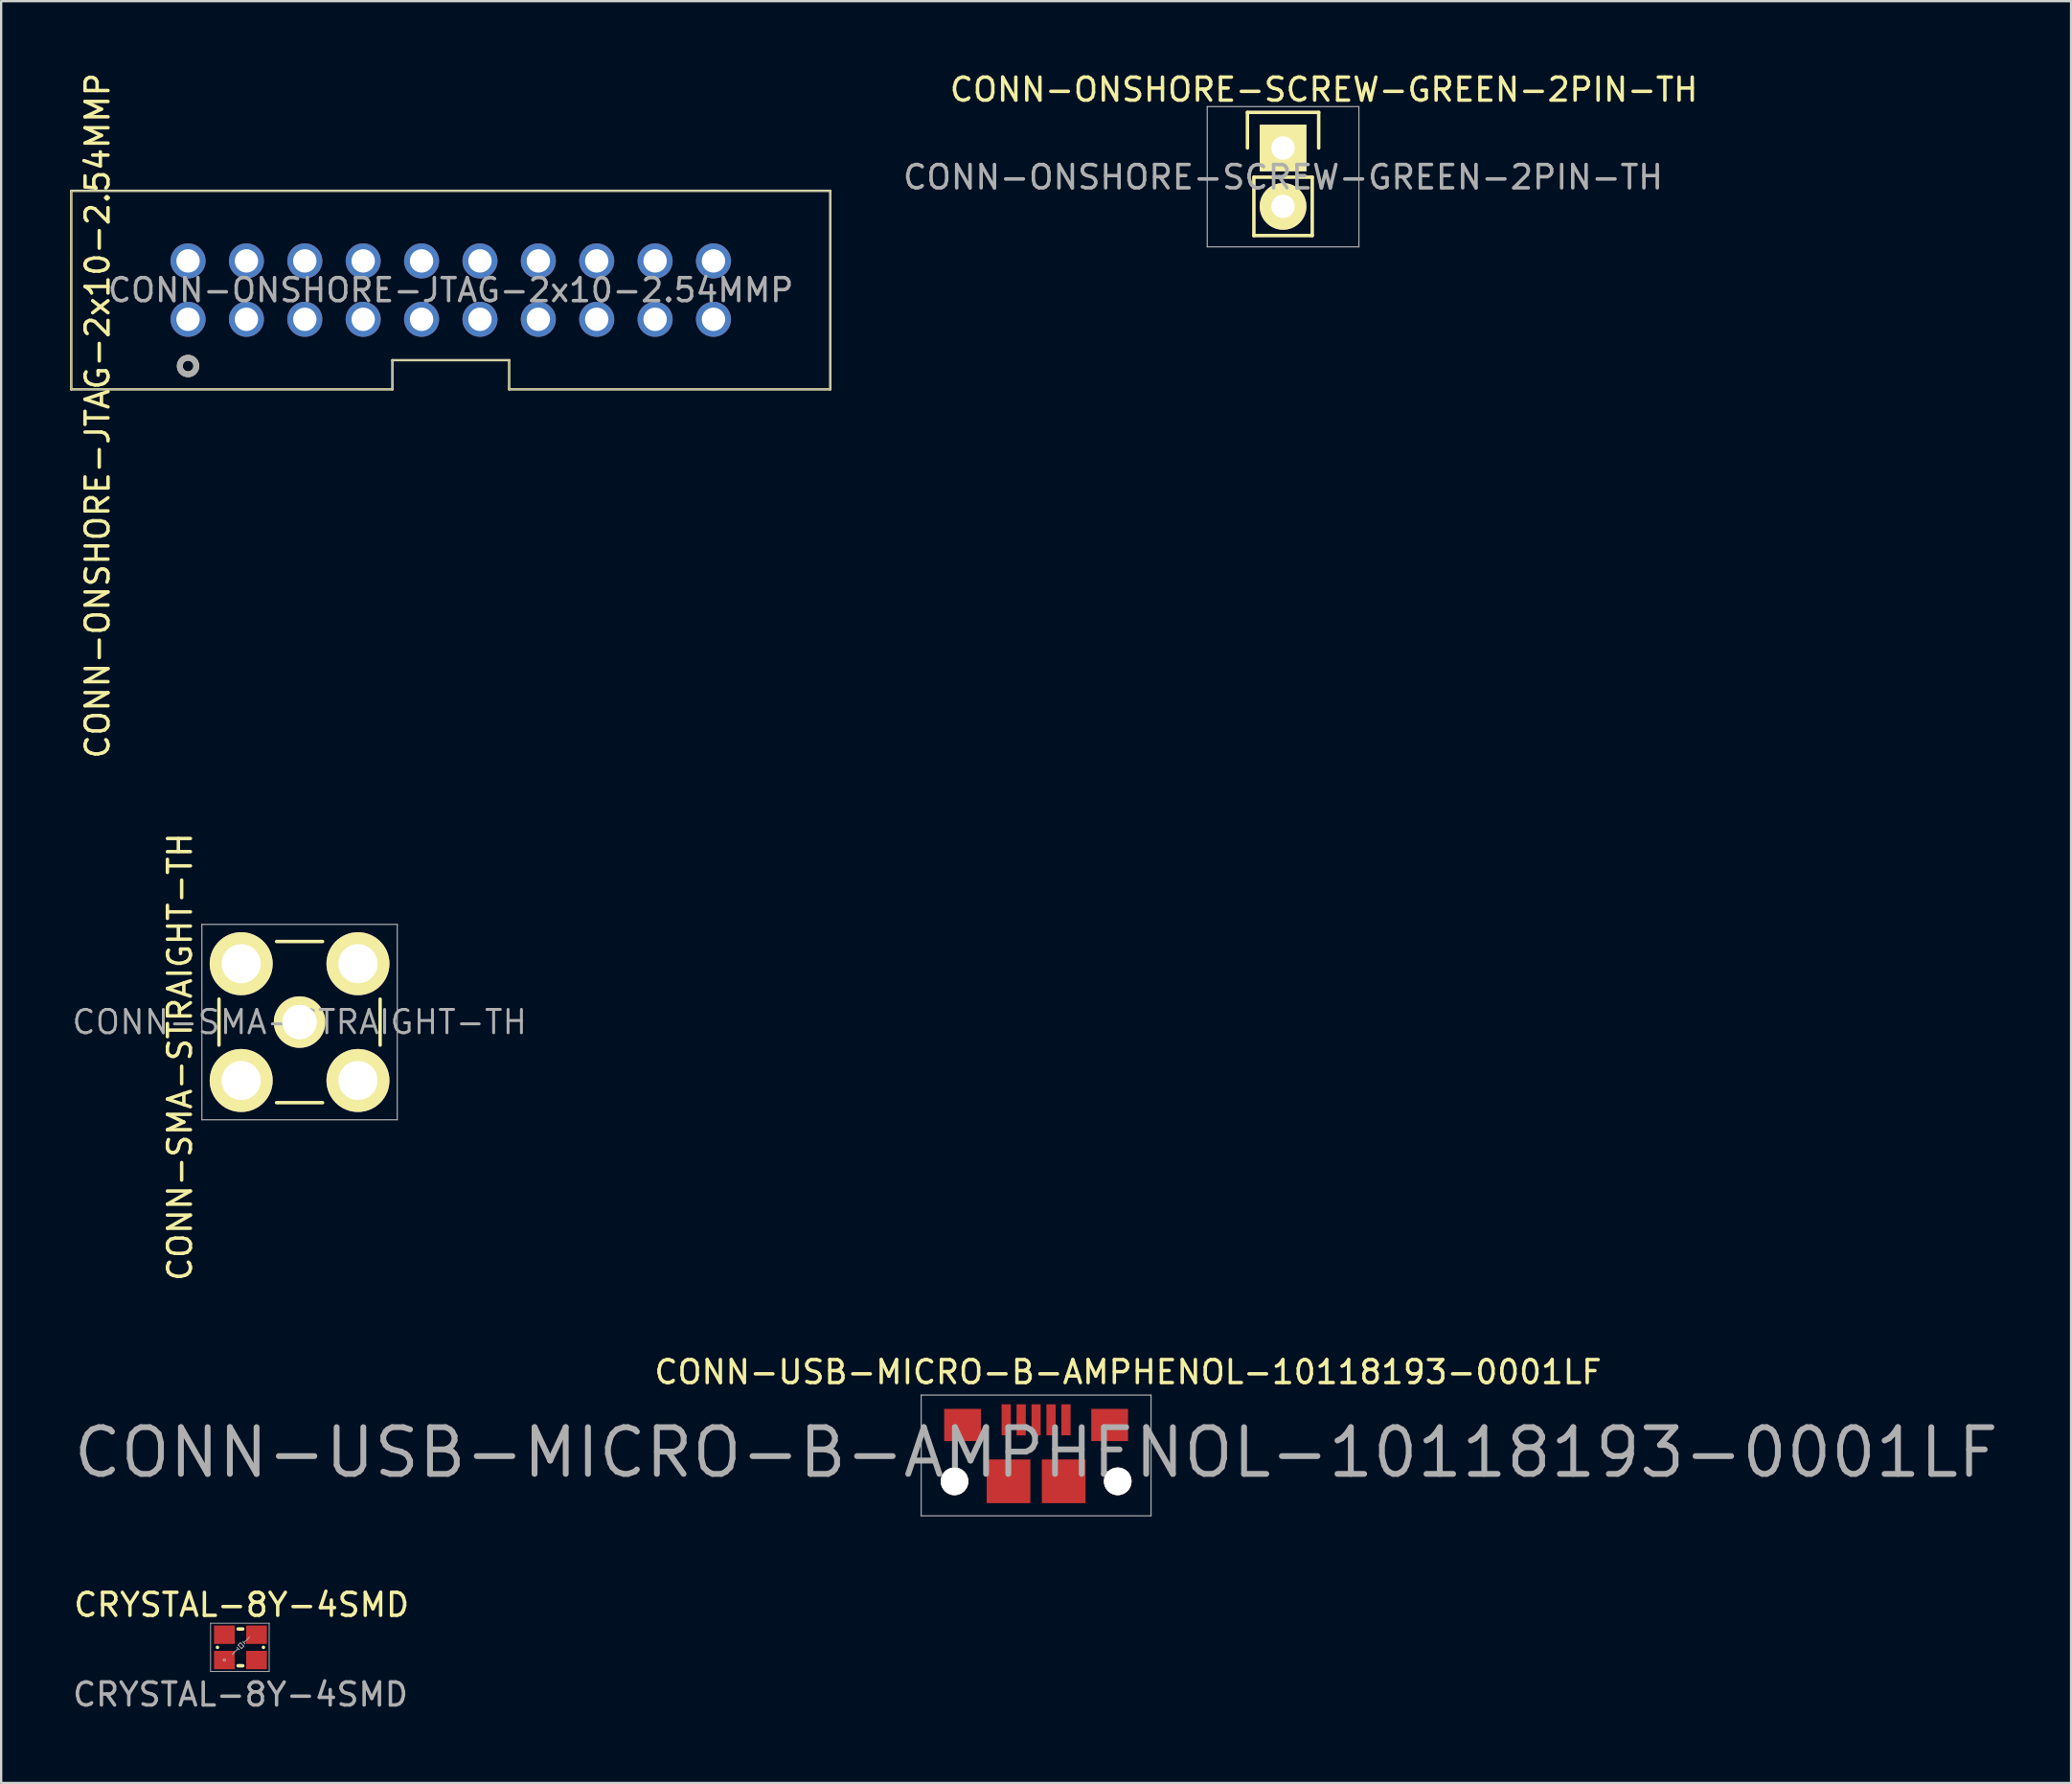
<source format=kicad_pcb>
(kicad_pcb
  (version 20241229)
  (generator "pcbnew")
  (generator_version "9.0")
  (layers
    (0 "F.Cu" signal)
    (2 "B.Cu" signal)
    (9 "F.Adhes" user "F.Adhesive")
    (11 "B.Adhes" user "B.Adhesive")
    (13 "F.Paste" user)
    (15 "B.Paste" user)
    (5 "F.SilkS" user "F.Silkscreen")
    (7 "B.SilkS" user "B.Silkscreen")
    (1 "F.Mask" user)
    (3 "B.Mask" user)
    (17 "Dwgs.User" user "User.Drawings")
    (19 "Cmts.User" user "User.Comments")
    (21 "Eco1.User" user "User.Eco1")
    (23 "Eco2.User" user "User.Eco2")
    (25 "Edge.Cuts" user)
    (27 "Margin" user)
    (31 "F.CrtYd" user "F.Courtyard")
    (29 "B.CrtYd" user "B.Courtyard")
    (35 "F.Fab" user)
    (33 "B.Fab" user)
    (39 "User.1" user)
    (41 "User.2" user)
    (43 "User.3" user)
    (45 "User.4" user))
  (footprint "CRYSTAL-8Y-4SMD"
    (layer "F.Cu")
    (at 7.411 68.607)
    (property "Reference" "CRYSTAL-8Y-4SMD" (at 0 2.05 0) (layer "F.Fab") (effects (font (size 1 1) (thickness 0.15))))
    (attr through_hole)
    (fp_line (start -1 0) (end -1 0) (stroke (width 0.152) (type solid)) (layer "F.SilkS"))
    (fp_line (start -0.1 -0.8) (end 0.1 -0.8) (stroke (width 0.152) (type solid)) (layer "F.SilkS"))
    (fp_line (start 0.1 0.8) (end -0.1 0.8) (stroke (width 0.152) (type solid)) (layer "F.SilkS"))
    (fp_line (start 1 0) (end 1 0) (stroke (width 0.152) (type solid)) (layer "F.SilkS"))
    (fp_line (start -1.3 -1.05) (end -1.3 1.05) (stroke (width 0.041) (type solid)) (layer "F.Fab"))
    (fp_line (start -1.3 1.05) (end 1.25 1.05) (stroke (width 0.041) (type solid)) (layer "F.Fab"))
    (fp_line (start -0.35 0.3) (end -0.1 0.05) (stroke (width 0.041) (type solid)) (layer "F.Fab"))
    (fp_line (start -0.1 -0.1) (end 0.05 0.05) (stroke (width 0.041) (type solid)) (layer "F.Fab"))
    (fp_line (start -0.1 0.05) (end -0.15 0) (stroke (width 0.041) (type solid)) (layer "F.Fab"))
    (fp_line (start -0.1 0.05) (end -0.05 0.1) (stroke (width 0.041) (type solid)) (layer "F.Fab"))
    (fp_line (start 0 -0.2) (end -0.1 -0.1) (stroke (width 0.041) (type solid)) (layer "F.Fab"))
    (fp_line (start 0.05 0.05) (end 0.15 -0.05) (stroke (width 0.041) (type solid)) (layer "F.Fab"))
    (fp_line (start 0.1 -0.25) (end 0.2 -0.15) (stroke (width 0.041) (type solid)) (layer "F.Fab"))
    (fp_line (start 0.15 -0.2) (end 0.4 -0.45) (stroke (width 0.041) (type solid)) (layer "F.Fab"))
    (fp_line (start 0.15 -0.05) (end 0 -0.2) (stroke (width 0.041) (type solid)) (layer "F.Fab"))
    (fp_line (start 1.25 -1.05) (end -1.3 -1.05) (stroke (width 0.041) (type solid)) (layer "F.Fab"))
    (fp_line (start 1.25 1.05) (end 1.25 -1.05) (stroke (width 0.041) (type solid)) (layer "F.Fab"))
    (fp_circle (center -0.7 0.55) (end -0.65 0.55) (stroke (width 0.041) (type solid)) (fill no) (layer "F.Fab"))
    (fp_text user "${REFERENCE}" (at 0.05 -1.85 0) (layer "F.SilkS") (effects (font (size 1 1) (thickness 0.15))))
    (pad "1" smd rect (at -0.7 0.55) (size 0.9 0.8) (layers "F.Cu" "F.Mask" "F.Paste"))
    (pad "2" smd rect (at 0.7 0.55) (size 0.9 0.8) (layers "F.Cu" "F.Mask" "F.Paste"))
    (pad "3" smd rect (at 0.7 -0.55) (size 0.9 0.8) (layers "F.Cu" "F.Mask" "F.Paste"))
    (pad "4" smd rect (at -0.7 -0.55) (size 0.9 0.8) (layers "F.Cu" "F.Mask" "F.Paste")))
  (footprint "CONN-ONSHORE-SCREW-GREEN-2PIN-TH"
    (layer "F.Cu")
    (at 52.771 3.388)
    (property "Reference" "CONN-ONSHORE-SCREW-GREEN-2PIN-TH" (at 0 1.27 0) (layer "F.Fab") (effects (font (size 1.016 1.016) (thickness 0.152))))
    (attr through_hole)
    (fp_line (start -1.55 -1.55) (end 1.55 -1.55) (stroke (width 0.15) (type solid)) (layer "F.SilkS"))
    (fp_line (start -1.55 0) (end -1.55 -1.55) (stroke (width 0.15) (type solid)) (layer "F.SilkS"))
    (fp_line (start -1.27 1.27) (end -1.27 3.81) (stroke (width 0.15) (type solid)) (layer "F.SilkS"))
    (fp_line (start -1.27 3.81) (end 1.27 3.81) (stroke (width 0.15) (type solid)) (layer "F.SilkS"))
    (fp_line (start 1.27 1.27) (end -1.27 1.27) (stroke (width 0.15) (type solid)) (layer "F.SilkS"))
    (fp_line (start 1.27 1.27) (end 1.27 3.81) (stroke (width 0.15) (type solid)) (layer "F.SilkS"))
    (fp_line (start 1.55 -1.55) (end 1.55 0) (stroke (width 0.15) (type solid)) (layer "F.SilkS"))
    (fp_line (start -3.3 -1.8) (end -3.3 4.3) (stroke (width 0.05) (type solid)) (layer "F.Fab"))
    (fp_line (start -3.3 -1.8) (end 3.3 -1.8) (stroke (width 0.05) (type solid)) (layer "F.Fab"))
    (fp_line (start -3.3 4.3) (end 3.3 4.3) (stroke (width 0.05) (type solid)) (layer "F.Fab"))
    (fp_line (start 3.3 -1.8) (end 3.3 4.3) (stroke (width 0.05) (type solid)) (layer "F.Fab"))
    (fp_text user "${REFERENCE}" (at 1.778 -2.54 0) (layer "F.SilkS") (effects (font (size 1 1) (thickness 0.15))))
    (pad "1" thru_hole rect (at 0 0) (size 2.032 2.032) (drill 1.016) (layers "*.Cu" "*.Mask" "F.SilkS"))
    (pad "2" thru_hole oval (at 0 2.54) (size 2.032 2.032) (drill 1.016) (layers "*.Cu" "*.Mask" "F.SilkS")))
  (footprint "CONN-SMA-STRAIGHT-TH"
    (layer "F.Cu")
    (at 9.983 41.409)
    (property "Reference" "CONN-SMA-STRAIGHT-TH" (at 0 0 0) (layer "F.Fab") (effects (font (size 1.016 1.016) (thickness 0.127))))
    (attr through_hole)
    (fp_line (start -3.505 1) (end -3.505 -1) (stroke (width 0.15) (type solid)) (layer "F.SilkS"))
    (fp_line (start -1 -3.505) (end 1 -3.505) (stroke (width 0.15) (type solid)) (layer "F.SilkS"))
    (fp_line (start 1 3.505) (end -1 3.505) (stroke (width 0.15) (type solid)) (layer "F.SilkS"))
    (fp_line (start 3.505 -1) (end 3.505 1) (stroke (width 0.15) (type solid)) (layer "F.SilkS"))
    (fp_line (start -4.25 -4.25) (end 4.25 -4.25) (stroke (width 0.05) (type solid)) (layer "F.Fab"))
    (fp_line (start -4.25 4.25) (end -4.25 -4.25) (stroke (width 0.05) (type solid)) (layer "F.Fab"))
    (fp_line (start 4.25 -4.25) (end 4.25 4.25) (stroke (width 0.05) (type solid)) (layer "F.Fab"))
    (fp_line (start 4.25 4.25) (end -4.25 4.25) (stroke (width 0.05) (type solid)) (layer "F.Fab"))
    (fp_text user "${REFERENCE}" (at -5.204 1.514 90) (layer "F.SilkS") (effects (font (size 1 1) (thickness 0.15))))
    (pad "1" thru_hole circle (at 0 0) (size 2.24 2.24) (drill 1.5) (layers "*.Cu" "*.Mask" "F.SilkS"))
    (pad "2" thru_hole circle (at -2.54 -2.54) (size 2.74 2.74) (drill 1.7) (layers "*.Cu" "*.Mask" "F.SilkS"))
    (pad "2" thru_hole circle (at -2.54 2.54) (size 2.74 2.74) (drill 1.7) (layers "*.Cu" "*.Mask" "F.SilkS"))
    (pad "2" thru_hole circle (at 2.54 -2.54) (size 2.74 2.74) (drill 1.7) (layers "*.Cu" "*.Mask" "F.SilkS"))
    (pad "2" thru_hole circle (at 2.54 2.54) (size 2.74 2.74) (drill 1.7) (layers "*.Cu" "*.Mask" "F.SilkS")))
  (footprint "CONN-USB-MICRO-B-AMPHENOL-10118193-0001LF"
    (layer "F.Cu")
    (at 42.027 61.384)
    (property "Reference" "CONN-USB-MICRO-B-AMPHENOL-10118193-0001LF" (at 0 -1.25 0) (layer "F.Fab") (effects (font (size 2.032 2.032) (thickness 0.254))))
    (attr smd)
    (fp_line (start -5 -3.75) (end 5 -3.75) (stroke (width 0.05) (type solid)) (layer "F.Fab"))
    (fp_line (start -5 1.5) (end -5 -3.75) (stroke (width 0.05) (type solid)) (layer "F.Fab"))
    (fp_line (start 5 -3.75) (end 5 1.5) (stroke (width 0.05) (type solid)) (layer "F.Fab"))
    (fp_line (start 5 1.5) (end -5 1.5) (stroke (width 0.05) (type solid)) (layer "F.Fab"))
    (fp_text user "${REFERENCE}" (at 4 -4.75 0) (layer "F.SilkS") (effects (font (size 1 1) (thickness 0.15))))
    (pad "1" smd rect (at -1.3 -2.675 90) (size 1.35 0.4) (layers "F.Cu" "F.Mask" "F.Paste"))
    (pad "2" smd rect (at -0.65 -2.675 90) (size 1.35 0.4) (layers "F.Cu" "F.Mask" "F.Paste"))
    (pad "3" smd rect (at -0.001 -2.675 90) (size 1.35 0.4) (layers "F.Cu" "F.Mask" "F.Paste"))
    (pad "4" smd rect (at 0.65 -2.675 90) (size 1.35 0.4) (layers "F.Cu" "F.Mask" "F.Paste"))
    (pad "5" smd rect (at 1.3 -2.675 90) (size 1.35 0.4) (layers "F.Cu" "F.Mask" "F.Paste"))
    (pad "6" thru_hole circle (at -3.55 0 90) (size 1.2 1.2) (drill 1.2) (layers "*.Cu" "*.Mask" "F.SilkS"))
    (pad "6" smd rect (at -3.2 -2.45 90) (size 1.4 1.6) (layers "F.Cu" "F.Mask" "F.Paste"))
    (pad "6" smd rect (at -1.2 0 90) (size 1.9 1.9) (layers "F.Cu" "F.Mask" "F.Paste"))
    (pad "6" smd rect (at 1.2 0 90) (size 1.9 1.9) (layers "F.Cu" "F.Mask" "F.Paste"))
    (pad "6" smd rect (at 3.2 -2.45 90) (size 1.4 1.6) (layers "F.Cu" "F.Mask" "F.Paste"))
    (pad "6" thru_hole circle (at 3.55 0 90) (size 1.2 1.2) (drill 1.2) (layers "*.Cu" "*.Mask" "F.SilkS")))
  (footprint "CONN-ONSHORE-JTAG-2x10-2.54MMP"
    (layer "F.Cu")
    (at 10.211 9.569)
    (property "Reference" "CONN-ONSHORE-JTAG-2x10-2.54MMP" (at 6.35 0 0) (layer "F.Fab") (effects (font (size 1 1) (thickness 0.15))))
    (attr through_hole)
    (fp_line (start -10.16 4.318) (end -10.16 -4.318) (stroke (width 0.102) (type solid)) (layer "F.SilkS"))
    (fp_line (start -10.16 4.318) (end 3.81 4.318) (stroke (width 0.102) (type solid)) (layer "F.SilkS"))
    (fp_line (start 3.81 3.048) (end 8.89 3.048) (stroke (width 0.102) (type solid)) (layer "F.SilkS"))
    (fp_line (start 3.81 4.318) (end 3.81 3.048) (stroke (width 0.102) (type solid)) (layer "F.SilkS"))
    (fp_line (start 8.89 3.048) (end 8.89 4.318) (stroke (width 0.102) (type solid)) (layer "F.SilkS"))
    (fp_line (start 8.89 4.318) (end 22.86 4.318) (stroke (width 0.102) (type solid)) (layer "F.SilkS"))
    (fp_line (start 22.86 -4.318) (end -10.16 -4.318) (stroke (width 0.102) (type solid)) (layer "F.SilkS"))
    (fp_line (start 22.86 4.318) (end 22.86 -4.318) (stroke (width 0.102) (type solid)) (layer "F.SilkS"))
    (fp_circle (center -5.08 3.302) (end -4.826 3.556) (stroke (width 0.254) (type solid)) (fill no) (layer "F.SilkS"))
    (fp_line (start -10.16 -4.318) (end -10.16 4.318) (stroke (width 0.041) (type solid)) (layer "F.Fab"))
    (fp_line (start -10.16 4.318) (end 3.81 4.318) (stroke (width 0.041) (type solid)) (layer "F.Fab"))
    (fp_line (start 3.81 3.048) (end 8.89 3.048) (stroke (width 0.041) (type solid)) (layer "F.Fab"))
    (fp_line (start 3.81 4.318) (end 3.81 3.048) (stroke (width 0.041) (type solid)) (layer "F.Fab"))
    (fp_line (start 8.89 3.048) (end 8.89 4.318) (stroke (width 0.041) (type solid)) (layer "F.Fab"))
    (fp_line (start 8.89 4.318) (end 22.86 4.318) (stroke (width 0.041) (type solid)) (layer "F.Fab"))
    (fp_line (start 22.86 -4.318) (end -10.16 -4.318) (stroke (width 0.041) (type solid)) (layer "F.Fab"))
    (fp_line (start 22.86 -4.064) (end 22.86 -4.318) (stroke (width 0.041) (type solid)) (layer "F.Fab"))
    (fp_line (start 22.86 4.318) (end 22.86 -4.064) (stroke (width 0.041) (type solid)) (layer "F.Fab"))
    (fp_circle (center -5.08 3.302) (end -4.826 3.556) (stroke (width 0.254) (type solid)) (fill no) (layer "F.Fab"))
    (fp_text user "${REFERENCE}" (at -9.017 5.461 90) (layer "F.SilkS") (effects (font (size 1 1) (thickness 0.15))))
    (pad "1" thru_hole circle (at -5.08 1.27) (size 1.524 1.524) (drill 1.016) (layers "*.Cu" "*.Mask"))
    (pad "2" thru_hole circle (at -5.08 -1.27) (size 1.524 1.524) (drill 1.016) (layers "*.Cu" "*.Mask"))
    (pad "3" thru_hole circle (at -2.54 1.27) (size 1.524 1.524) (drill 1.016) (layers "*.Cu" "*.Mask"))
    (pad "4" thru_hole circle (at -2.54 -1.27) (size 1.524 1.524) (drill 1.016) (layers "*.Cu" "*.Mask"))
    (pad "5" thru_hole circle (at 0 1.27) (size 1.524 1.524) (drill 1.016) (layers "*.Cu" "*.Mask"))
    (pad "6" thru_hole circle (at 0 -1.27) (size 1.524 1.524) (drill 1.016) (layers "*.Cu" "*.Mask"))
    (pad "7" thru_hole circle (at 2.54 1.27) (size 1.524 1.524) (drill 1.016) (layers "*.Cu" "*.Mask"))
    (pad "8" thru_hole circle (at 2.54 -1.27) (size 1.524 1.524) (drill 1.016) (layers "*.Cu" "*.Mask"))
    (pad "9" thru_hole circle (at 5.08 1.27) (size 1.524 1.524) (drill 1.016) (layers "*.Cu" "*.Mask"))
    (pad "10" thru_hole circle (at 5.08 -1.27) (size 1.524 1.524) (drill 1.016) (layers "*.Cu" "*.Mask"))
    (pad "11" thru_hole circle (at 7.62 1.27) (size 1.524 1.524) (drill 1.016) (layers "*.Cu" "*.Mask"))
    (pad "12" thru_hole circle (at 7.62 -1.27) (size 1.524 1.524) (drill 1.016) (layers "*.Cu" "*.Mask"))
    (pad "13" thru_hole circle (at 10.16 1.27) (size 1.524 1.524) (drill 1.016) (layers "*.Cu" "*.Mask"))
    (pad "14" thru_hole circle (at 10.16 -1.27) (size 1.524 1.524) (drill 1.016) (layers "*.Cu" "*.Mask"))
    (pad "15" thru_hole circle (at 12.7 1.27) (size 1.524 1.524) (drill 1.016) (layers "*.Cu" "*.Mask"))
    (pad "16" thru_hole circle (at 12.7 -1.27) (size 1.524 1.524) (drill 1.016) (layers "*.Cu" "*.Mask"))
    (pad "17" thru_hole circle (at 15.24 1.27) (size 1.524 1.524) (drill 1.016) (layers "*.Cu" "*.Mask"))
    (pad "18" thru_hole circle (at 15.24 -1.27) (size 1.524 1.524) (drill 1.016) (layers "*.Cu" "*.Mask"))
    (pad "19" thru_hole circle (at 17.78 1.27) (size 1.524 1.524) (drill 1.016) (layers "*.Cu" "*.Mask"))
    (pad "20" thru_hole circle (at 17.78 -1.27) (size 1.524 1.524) (drill 1.016) (layers "*.Cu" "*.Mask")))
  (gr_rect
    (start -3 -3)
    (end 87.055 74.505)
    (stroke (width 0.1) (type default))
    (fill no)
    (layer "Edge.Cuts")))
</source>
